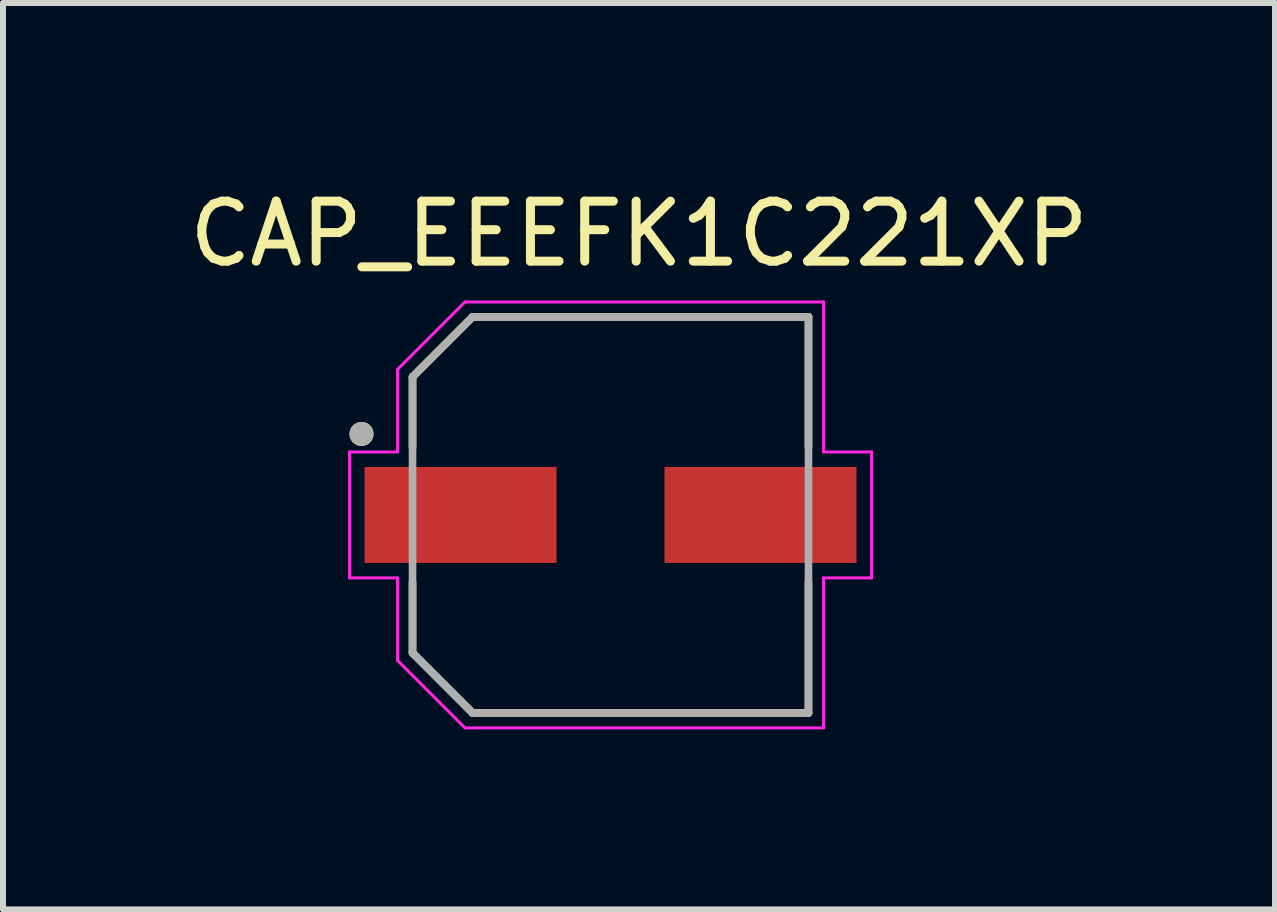
<source format=kicad_pcb>
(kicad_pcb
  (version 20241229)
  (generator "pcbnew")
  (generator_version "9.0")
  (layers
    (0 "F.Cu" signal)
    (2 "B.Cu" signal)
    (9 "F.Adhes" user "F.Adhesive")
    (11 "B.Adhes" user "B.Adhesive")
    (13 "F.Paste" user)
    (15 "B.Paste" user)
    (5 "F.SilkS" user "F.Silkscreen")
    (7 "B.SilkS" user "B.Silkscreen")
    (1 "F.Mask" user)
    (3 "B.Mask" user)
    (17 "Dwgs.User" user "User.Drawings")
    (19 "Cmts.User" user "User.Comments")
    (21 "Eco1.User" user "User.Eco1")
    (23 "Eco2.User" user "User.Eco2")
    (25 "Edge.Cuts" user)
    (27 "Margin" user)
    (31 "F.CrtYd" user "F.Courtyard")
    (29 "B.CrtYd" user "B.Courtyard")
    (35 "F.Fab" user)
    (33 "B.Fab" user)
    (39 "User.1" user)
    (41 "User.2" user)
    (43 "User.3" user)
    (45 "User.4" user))
  (footprint "CAP_EEEFK1C221XP"
    (layer "F.Cu")
    (at 7.126 5.533)
    (property "Reference" "CAP_EEEFK1C221XP" (at 0.475 -4.685 0) (layer "F.SilkS") (effects (font (size 1 1) (thickness 0.15))))
    (attr smd)
    (fp_line (start -3.3 -2.3) (end -3.3 -1.12) (stroke (width 0.127) (type solid)) (layer "F.SilkS"))
    (fp_line (start -3.3 1.12) (end -3.3 2.3) (stroke (width 0.127) (type solid)) (layer "F.SilkS"))
    (fp_line (start -3.3 2.3) (end -2.3 3.3) (stroke (width 0.127) (type solid)) (layer "F.SilkS"))
    (fp_line (start -2.3 -3.3) (end -3.3 -2.3) (stroke (width 0.127) (type solid)) (layer "F.SilkS"))
    (fp_line (start -2.3 3.3) (end 3.3 3.3) (stroke (width 0.127) (type solid)) (layer "F.SilkS"))
    (fp_line (start 3.3 -3.3) (end -2.3 -3.3) (stroke (width 0.127) (type solid)) (layer "F.SilkS"))
    (fp_line (start 3.3 -1.12) (end 3.3 -3.3) (stroke (width 0.127) (type solid)) (layer "F.SilkS"))
    (fp_line (start 3.3 3.3) (end 3.3 1.12) (stroke (width 0.127) (type solid)) (layer "F.SilkS"))
    (fp_circle (center -4.15 -1.35) (end -4.05 -1.35) (stroke (width 0.2) (type solid)) (fill no) (layer "F.SilkS"))
    (fp_line (start -4.35 -1.05) (end -3.55 -1.05) (stroke (width 0.05) (type solid)) (layer "F.CrtYd"))
    (fp_line (start -4.35 1.05) (end -4.35 -1.05) (stroke (width 0.05) (type solid)) (layer "F.CrtYd"))
    (fp_line (start -3.55 -2.425) (end -2.425 -3.55) (stroke (width 0.05) (type solid)) (layer "F.CrtYd"))
    (fp_line (start -3.55 -1.05) (end -3.55 -2.425) (stroke (width 0.05) (type solid)) (layer "F.CrtYd"))
    (fp_line (start -3.55 1.05) (end -4.35 1.05) (stroke (width 0.05) (type solid)) (layer "F.CrtYd"))
    (fp_line (start -3.55 2.425) (end -3.55 1.05) (stroke (width 0.05) (type solid)) (layer "F.CrtYd"))
    (fp_line (start -2.425 -3.55) (end 3.55 -3.55) (stroke (width 0.05) (type solid)) (layer "F.CrtYd"))
    (fp_line (start -2.425 3.55) (end -3.55 2.425) (stroke (width 0.05) (type solid)) (layer "F.CrtYd"))
    (fp_line (start 3.55 -3.55) (end 3.55 -1.05) (stroke (width 0.05) (type solid)) (layer "F.CrtYd"))
    (fp_line (start 3.55 -1.05) (end 4.35 -1.05) (stroke (width 0.05) (type solid)) (layer "F.CrtYd"))
    (fp_line (start 3.55 1.05) (end 3.55 3.55) (stroke (width 0.05) (type solid)) (layer "F.CrtYd"))
    (fp_line (start 3.55 3.55) (end -2.425 3.55) (stroke (width 0.05) (type solid)) (layer "F.CrtYd"))
    (fp_line (start 4.35 -1.05) (end 4.35 1.05) (stroke (width 0.05) (type solid)) (layer "F.CrtYd"))
    (fp_line (start 4.35 1.05) (end 3.55 1.05) (stroke (width 0.05) (type solid)) (layer "F.CrtYd"))
    (fp_line (start -3.3 -2.3) (end -3.3 2.3) (stroke (width 0.127) (type solid)) (layer "F.Fab"))
    (fp_line (start -3.3 2.3) (end -2.3 3.3) (stroke (width 0.127) (type solid)) (layer "F.Fab"))
    (fp_line (start -2.3 -3.3) (end -3.3 -2.3) (stroke (width 0.127) (type solid)) (layer "F.Fab"))
    (fp_line (start -2.3 3.3) (end 3.3 3.3) (stroke (width 0.127) (type solid)) (layer "F.Fab"))
    (fp_line (start 3.3 -3.3) (end -2.3 -3.3) (stroke (width 0.127) (type solid)) (layer "F.Fab"))
    (fp_line (start 3.3 3.3) (end 3.3 -3.3) (stroke (width 0.127) (type solid)) (layer "F.Fab"))
    (fp_circle (center -4.15 -1.35) (end -4.05 -1.35) (stroke (width 0.2) (type solid)) (fill no) (layer "F.Fab"))
    (pad "1" smd rect (at -2.5 0) (size 3.2 1.6) (layers "F.Cu" "F.Mask" "F.Paste"))
    (pad "2" smd rect (at 2.5 0) (size 3.2 1.6) (layers "F.Cu" "F.Mask" "F.Paste")))
  (gr_rect
    (start -3 -3)
    (end 18.202 12.108)
    (stroke (width 0.1) (type default))
    (fill no)
    (layer "Edge.Cuts")))
</source>
